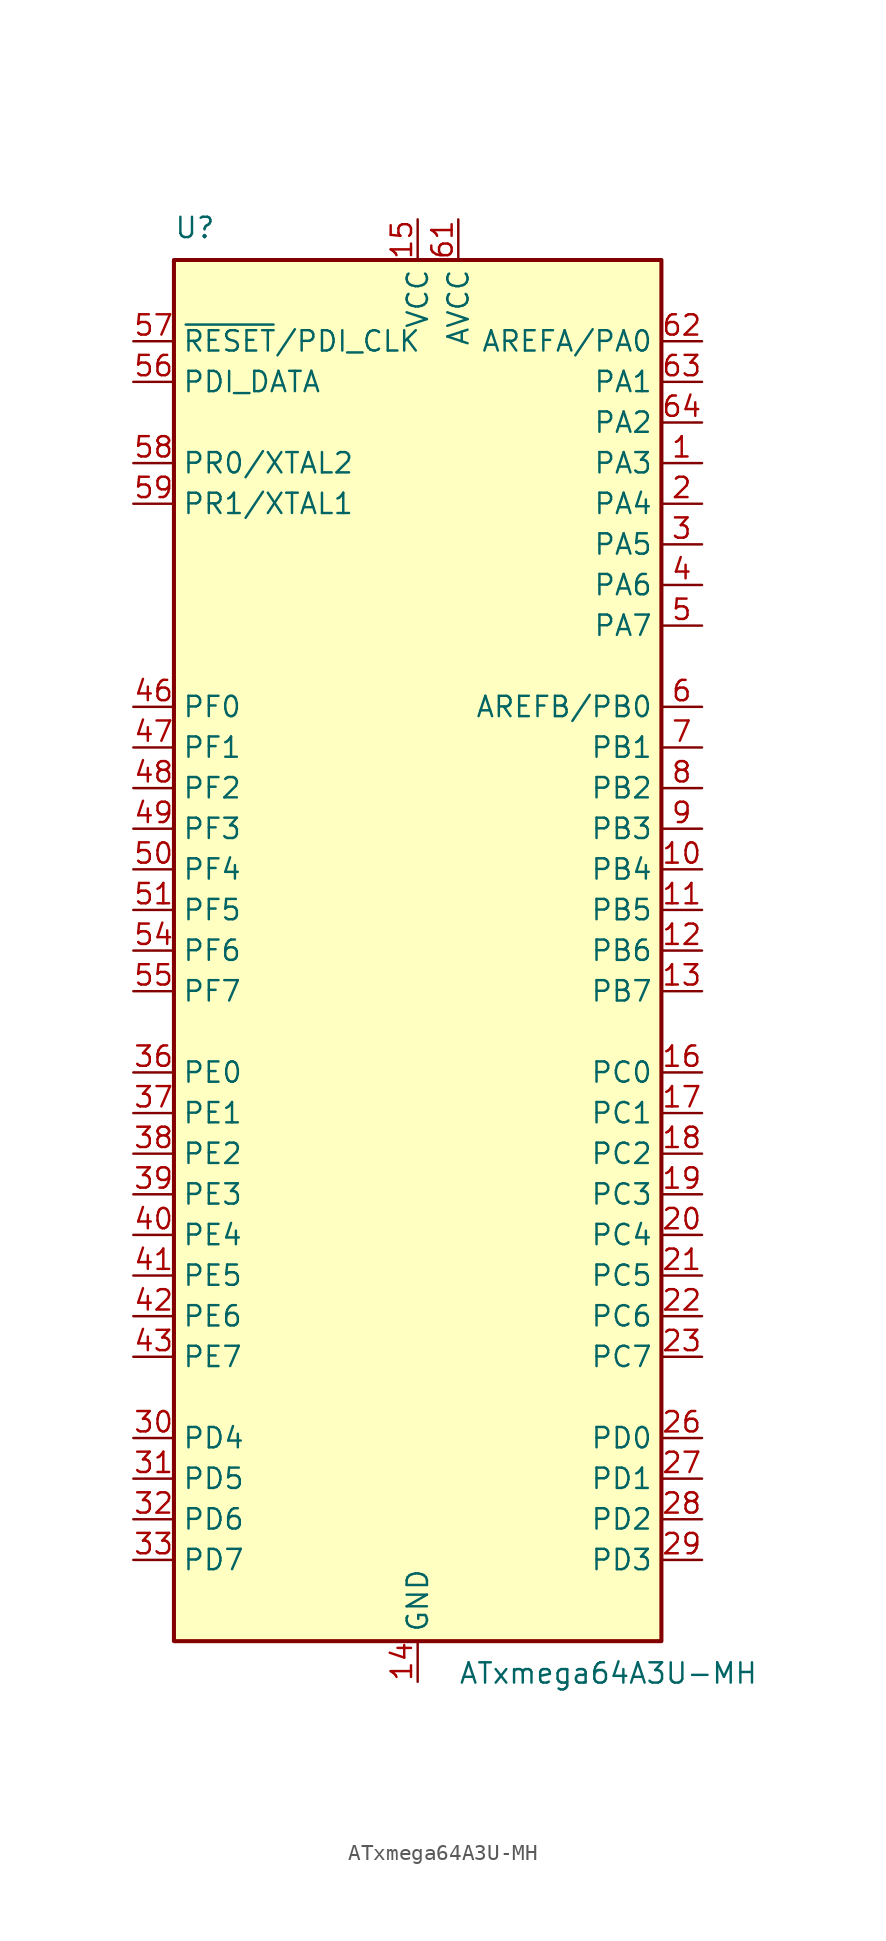
<source format=kicad_sym>
(kicad_symbol_lib
  (version 20211014)
  (generator kicad_symbol_editor)
  (symbol "ATxmega64A3U-MH"
    (property "Reference" "U"
      (at -15.24 44.45 0)
      (effects (font (size 1.27 1.27)) (justify left bottom)))
    (property "Value" "ATxmega64A3U-MH"
      (at 2.54 -44.45 0)
      (effects (font (size 1.27 1.27)) (justify left top)))
    (symbol "ATxmega64A3U-MH_0_1"
      (rectangle (start -15.24 -43.18) (end 15.24 43.18) (stroke (width 0.254) (type default) (color 0 0 0 0)) (fill (type background))))
    (symbol "ATxmega64A3U-MH_1_1"
      (pin bidirectional line (at 17.78 30.48 180) (length 2.54) (name "PA3" (effects (font (size 1.27 1.27)))) (number "1" (effects (font (size 1.27 1.27)))))
      (pin bidirectional line (at 17.78 5.08 180) (length 2.54) (name "PB4" (effects (font (size 1.27 1.27)))) (number "10" (effects (font (size 1.27 1.27)))))
      (pin bidirectional line (at 17.78 2.54 180) (length 2.54) (name "PB5" (effects (font (size 1.27 1.27)))) (number "11" (effects (font (size 1.27 1.27)))))
      (pin bidirectional line (at 17.78 0 180) (length 2.54) (name "PB6" (effects (font (size 1.27 1.27)))) (number "12" (effects (font (size 1.27 1.27)))))
      (pin bidirectional line (at 17.78 -2.54 180) (length 2.54) (name "PB7" (effects (font (size 1.27 1.27)))) (number "13" (effects (font (size 1.27 1.27)))))
      (pin power_in line (at 0 -45.72 90) (length 2.54) (name "GND" (effects (font (size 1.27 1.27)))) (number "14" (effects (font (size 1.27 1.27)))))
      (pin power_in line (at 0 45.72 270) (length 2.54) (name "VCC" (effects (font (size 1.27 1.27)))) (number "15" (effects (font (size 1.27 1.27)))))
      (pin bidirectional line (at 17.78 -7.62 180) (length 2.54) (name "PC0" (effects (font (size 1.27 1.27)))) (number "16" (effects (font (size 1.27 1.27)))))
      (pin bidirectional line (at 17.78 -10.16 180) (length 2.54) (name "PC1" (effects (font (size 1.27 1.27)))) (number "17" (effects (font (size 1.27 1.27)))))
      (pin bidirectional line (at 17.78 -12.7 180) (length 2.54) (name "PC2" (effects (font (size 1.27 1.27)))) (number "18" (effects (font (size 1.27 1.27)))))
      (pin bidirectional line (at 17.78 -15.24 180) (length 2.54) (name "PC3" (effects (font (size 1.27 1.27)))) (number "19" (effects (font (size 1.27 1.27)))))
      (pin bidirectional line (at 17.78 27.94 180) (length 2.54) (name "PA4" (effects (font (size 1.27 1.27)))) (number "2" (effects (font (size 1.27 1.27)))))
      (pin bidirectional line (at 17.78 -17.78 180) (length 2.54) (name "PC4" (effects (font (size 1.27 1.27)))) (number "20" (effects (font (size 1.27 1.27)))))
      (pin bidirectional line (at 17.78 -20.32 180) (length 2.54) (name "PC5" (effects (font (size 1.27 1.27)))) (number "21" (effects (font (size 1.27 1.27)))))
      (pin bidirectional line (at 17.78 -22.86 180) (length 2.54) (name "PC6" (effects (font (size 1.27 1.27)))) (number "22" (effects (font (size 1.27 1.27)))))
      (pin bidirectional line (at 17.78 -25.4 180) (length 2.54) (name "PC7" (effects (font (size 1.27 1.27)))) (number "23" (effects (font (size 1.27 1.27)))))
      (pin passive line (at 0 -45.72 90) (length 2.54) hide (name "GND" (effects (font (size 1.27 1.27)))) (number "24" (effects (font (size 1.27 1.27)))))
      (pin passive line (at 0 45.72 270) (length 2.54) hide (name "VCC" (effects (font (size 1.27 1.27)))) (number "25" (effects (font (size 1.27 1.27)))))
      (pin bidirectional line (at 17.78 -30.48 180) (length 2.54) (name "PD0" (effects (font (size 1.27 1.27)))) (number "26" (effects (font (size 1.27 1.27)))))
      (pin bidirectional line (at 17.78 -33.02 180) (length 2.54) (name "PD1" (effects (font (size 1.27 1.27)))) (number "27" (effects (font (size 1.27 1.27)))))
      (pin bidirectional line (at 17.78 -35.56 180) (length 2.54) (name "PD2" (effects (font (size 1.27 1.27)))) (number "28" (effects (font (size 1.27 1.27)))))
      (pin bidirectional line (at 17.78 -38.1 180) (length 2.54) (name "PD3" (effects (font (size 1.27 1.27)))) (number "29" (effects (font (size 1.27 1.27)))))
      (pin bidirectional line (at 17.78 25.4 180) (length 2.54) (name "PA5" (effects (font (size 1.27 1.27)))) (number "3" (effects (font (size 1.27 1.27)))))
      (pin bidirectional line (at -17.78 -30.48 0) (length 2.54) (name "PD4" (effects (font (size 1.27 1.27)))) (number "30" (effects (font (size 1.27 1.27)))))
      (pin bidirectional line (at -17.78 -33.02 0) (length 2.54) (name "PD5" (effects (font (size 1.27 1.27)))) (number "31" (effects (font (size 1.27 1.27)))))
      (pin bidirectional line (at -17.78 -35.56 0) (length 2.54) (name "PD6" (effects (font (size 1.27 1.27)))) (number "32" (effects (font (size 1.27 1.27)))))
      (pin bidirectional line (at -17.78 -38.1 0) (length 2.54) (name "PD7" (effects (font (size 1.27 1.27)))) (number "33" (effects (font (size 1.27 1.27)))))
      (pin passive line (at 0 -45.72 90) (length 2.54) hide (name "GND" (effects (font (size 1.27 1.27)))) (number "34" (effects (font (size 1.27 1.27)))))
      (pin passive line (at 0 45.72 270) (length 2.54) hide (name "VCC" (effects (font (size 1.27 1.27)))) (number "35" (effects (font (size 1.27 1.27)))))
      (pin bidirectional line (at -17.78 -7.62 0) (length 2.54) (name "PE0" (effects (font (size 1.27 1.27)))) (number "36" (effects (font (size 1.27 1.27)))))
      (pin bidirectional line (at -17.78 -10.16 0) (length 2.54) (name "PE1" (effects (font (size 1.27 1.27)))) (number "37" (effects (font (size 1.27 1.27)))))
      (pin bidirectional line (at -17.78 -12.7 0) (length 2.54) (name "PE2" (effects (font (size 1.27 1.27)))) (number "38" (effects (font (size 1.27 1.27)))))
      (pin bidirectional line (at -17.78 -15.24 0) (length 2.54) (name "PE3" (effects (font (size 1.27 1.27)))) (number "39" (effects (font (size 1.27 1.27)))))
      (pin bidirectional line (at 17.78 22.86 180) (length 2.54) (name "PA6" (effects (font (size 1.27 1.27)))) (number "4" (effects (font (size 1.27 1.27)))))
      (pin bidirectional line (at -17.78 -17.78 0) (length 2.54) (name "PE4" (effects (font (size 1.27 1.27)))) (number "40" (effects (font (size 1.27 1.27)))))
      (pin bidirectional line (at -17.78 -20.32 0) (length 2.54) (name "PE5" (effects (font (size 1.27 1.27)))) (number "41" (effects (font (size 1.27 1.27)))))
      (pin bidirectional line (at -17.78 -22.86 0) (length 2.54) (name "PE6" (effects (font (size 1.27 1.27)))) (number "42" (effects (font (size 1.27 1.27)))))
      (pin bidirectional line (at -17.78 -25.4 0) (length 2.54) (name "PE7" (effects (font (size 1.27 1.27)))) (number "43" (effects (font (size 1.27 1.27)))))
      (pin passive line (at 0 -45.72 90) (length 2.54) hide (name "GND" (effects (font (size 1.27 1.27)))) (number "44" (effects (font (size 1.27 1.27)))))
      (pin passive line (at 0 45.72 270) (length 2.54) hide (name "VCC" (effects (font (size 1.27 1.27)))) (number "45" (effects (font (size 1.27 1.27)))))
      (pin bidirectional line (at -17.78 15.24 0) (length 2.54) (name "PF0" (effects (font (size 1.27 1.27)))) (number "46" (effects (font (size 1.27 1.27)))))
      (pin bidirectional line (at -17.78 12.7 0) (length 2.54) (name "PF1" (effects (font (size 1.27 1.27)))) (number "47" (effects (font (size 1.27 1.27)))))
      (pin bidirectional line (at -17.78 10.16 0) (length 2.54) (name "PF2" (effects (font (size 1.27 1.27)))) (number "48" (effects (font (size 1.27 1.27)))))
      (pin bidirectional line (at -17.78 7.62 0) (length 2.54) (name "PF3" (effects (font (size 1.27 1.27)))) (number "49" (effects (font (size 1.27 1.27)))))
      (pin bidirectional line (at 17.78 20.32 180) (length 2.54) (name "PA7" (effects (font (size 1.27 1.27)))) (number "5" (effects (font (size 1.27 1.27)))))
      (pin bidirectional line (at -17.78 5.08 0) (length 2.54) (name "PF4" (effects (font (size 1.27 1.27)))) (number "50" (effects (font (size 1.27 1.27)))))
      (pin bidirectional line (at -17.78 2.54 0) (length 2.54) (name "PF5" (effects (font (size 1.27 1.27)))) (number "51" (effects (font (size 1.27 1.27)))))
      (pin passive line (at 0 -45.72 90) (length 2.54) hide (name "GND" (effects (font (size 1.27 1.27)))) (number "52" (effects (font (size 1.27 1.27)))))
      (pin passive line (at 0 45.72 270) (length 2.54) hide (name "VCC" (effects (font (size 1.27 1.27)))) (number "53" (effects (font (size 1.27 1.27)))))
      (pin bidirectional line (at -17.78 0 0) (length 2.54) (name "PF6" (effects (font (size 1.27 1.27)))) (number "54" (effects (font (size 1.27 1.27)))))
      (pin bidirectional line (at -17.78 -2.54 0) (length 2.54) (name "PF7" (effects (font (size 1.27 1.27)))) (number "55" (effects (font (size 1.27 1.27)))))
      (pin bidirectional line (at -17.78 35.56 0) (length 2.54) (name "PDI_DATA" (effects (font (size 1.27 1.27)))) (number "56" (effects (font (size 1.27 1.27)))))
      (pin input line (at -17.78 38.1 0) (length 2.54) (name "~{RESET}/PDI_CLK" (effects (font (size 1.27 1.27)))) (number "57" (effects (font (size 1.27 1.27)))))
      (pin bidirectional line (at -17.78 30.48 0) (length 2.54) (name "PR0/XTAL2" (effects (font (size 1.27 1.27)))) (number "58" (effects (font (size 1.27 1.27)))))
      (pin bidirectional line (at -17.78 27.94 0) (length 2.54) (name "PR1/XTAL1" (effects (font (size 1.27 1.27)))) (number "59" (effects (font (size 1.27 1.27)))))
      (pin bidirectional line (at 17.78 15.24 180) (length 2.54) (name "AREFB/PB0" (effects (font (size 1.27 1.27)))) (number "6" (effects (font (size 1.27 1.27)))))
      (pin passive line (at 0 -45.72 90) (length 2.54) hide (name "GND" (effects (font (size 1.27 1.27)))) (number "60" (effects (font (size 1.27 1.27)))))
      (pin power_in line (at 2.54 45.72 270) (length 2.54) (name "AVCC" (effects (font (size 1.27 1.27)))) (number "61" (effects (font (size 1.27 1.27)))))
      (pin bidirectional line (at 17.78 38.1 180) (length 2.54) (name "AREFA/PA0" (effects (font (size 1.27 1.27)))) (number "62" (effects (font (size 1.27 1.27)))))
      (pin bidirectional line (at 17.78 35.56 180) (length 2.54) (name "PA1" (effects (font (size 1.27 1.27)))) (number "63" (effects (font (size 1.27 1.27)))))
      (pin bidirectional line (at 17.78 33.02 180) (length 2.54) (name "PA2" (effects (font (size 1.27 1.27)))) (number "64" (effects (font (size 1.27 1.27)))))
      (pin passive line (at 0 -45.72 90) (length 2.54) hide (name "GND" (effects (font (size 1.27 1.27)))) (number "65" (effects (font (size 1.27 1.27)))))
      (pin bidirectional line (at 17.78 12.7 180) (length 2.54) (name "PB1" (effects (font (size 1.27 1.27)))) (number "7" (effects (font (size 1.27 1.27)))))
      (pin bidirectional line (at 17.78 10.16 180) (length 2.54) (name "PB2" (effects (font (size 1.27 1.27)))) (number "8" (effects (font (size 1.27 1.27)))))
      (pin bidirectional line (at 17.78 7.62 180) (length 2.54) (name "PB3" (effects (font (size 1.27 1.27)))) (number "9" (effects (font (size 1.27 1.27))))))))
</source>
